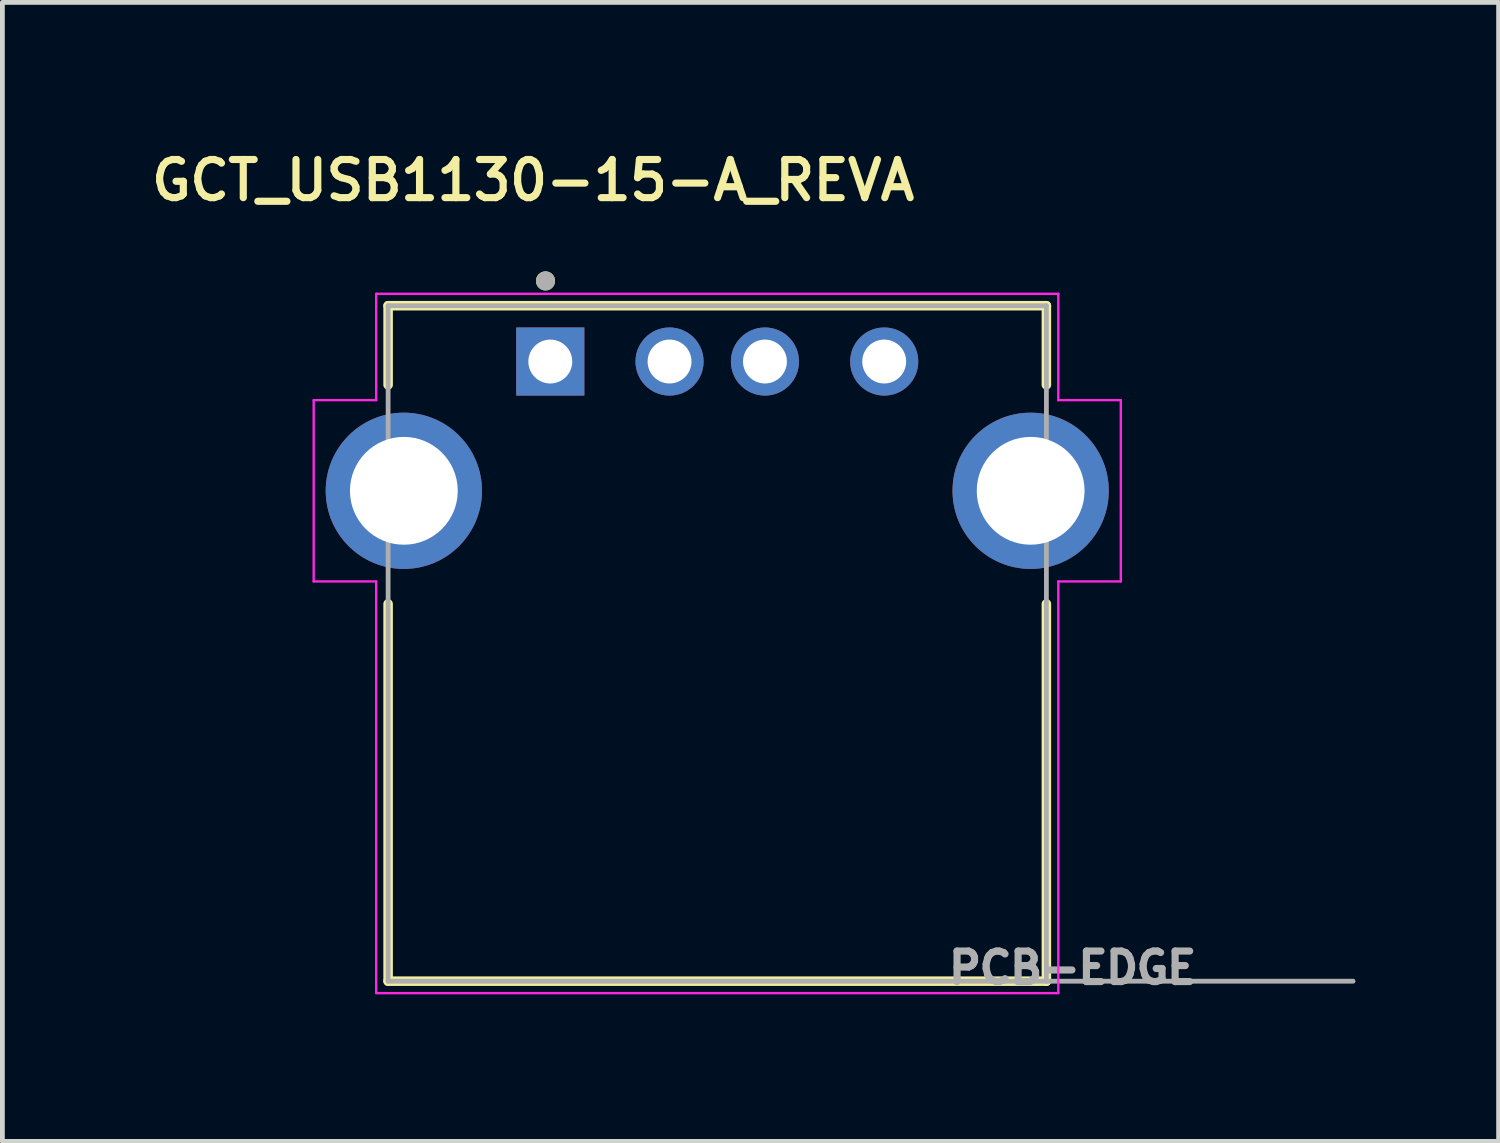
<source format=kicad_pcb>
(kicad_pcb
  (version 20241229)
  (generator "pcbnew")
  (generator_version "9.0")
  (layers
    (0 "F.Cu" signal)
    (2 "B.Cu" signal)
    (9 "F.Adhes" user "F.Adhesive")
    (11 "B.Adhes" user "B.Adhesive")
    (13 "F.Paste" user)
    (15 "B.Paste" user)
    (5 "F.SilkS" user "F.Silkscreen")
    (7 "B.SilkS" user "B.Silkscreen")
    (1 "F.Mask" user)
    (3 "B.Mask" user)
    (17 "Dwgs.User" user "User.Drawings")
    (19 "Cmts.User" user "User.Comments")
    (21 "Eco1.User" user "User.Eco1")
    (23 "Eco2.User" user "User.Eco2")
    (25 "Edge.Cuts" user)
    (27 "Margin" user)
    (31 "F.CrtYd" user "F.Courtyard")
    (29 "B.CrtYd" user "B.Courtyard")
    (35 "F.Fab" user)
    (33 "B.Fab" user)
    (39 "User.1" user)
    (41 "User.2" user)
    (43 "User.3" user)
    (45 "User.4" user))
  (footprint "GCT_USB1130-15-A_REVA"
    (layer "F.Cu")
    (at 11.986 7.239)
    (property "Reference" "GCT_USB1130-15-A_REVA" (at -3.86 -6.508 0) (layer "F.SilkS") (effects (font (size 0.8 0.8) (thickness 0.15))))
    (attr through_hole)
    (fp_line (start -6.9 -3.88) (end -6.9 -2.22) (stroke (width 0.2) (type solid)) (layer "F.SilkS"))
    (fp_line (start -6.9 2.37) (end -6.9 10.28) (stroke (width 0.2) (type solid)) (layer "F.SilkS"))
    (fp_line (start -6.9 10.28) (end 6.9 10.28) (stroke (width 0.2) (type solid)) (layer "F.SilkS"))
    (fp_line (start 6.9 -3.88) (end -6.9 -3.88) (stroke (width 0.2) (type solid)) (layer "F.SilkS"))
    (fp_line (start 6.9 -3.88) (end 6.9 -2.22) (stroke (width 0.2) (type solid)) (layer "F.SilkS"))
    (fp_line (start 6.9 2.37) (end 6.9 10.28) (stroke (width 0.2) (type solid)) (layer "F.SilkS"))
    (fp_circle (center -3.6 -4.4) (end -3.5 -4.4) (stroke (width 0.2) (type solid)) (fill no) (layer "F.SilkS"))
    (fp_line (start -8.46 -1.9) (end -7.15 -1.9) (stroke (width 0.05) (type solid)) (layer "F.CrtYd"))
    (fp_line (start -8.46 1.9) (end -8.46 -1.9) (stroke (width 0.05) (type solid)) (layer "F.CrtYd"))
    (fp_line (start -7.15 -4.13) (end 7.15 -4.13) (stroke (width 0.05) (type solid)) (layer "F.CrtYd"))
    (fp_line (start -7.15 -1.9) (end -7.15 -4.13) (stroke (width 0.05) (type solid)) (layer "F.CrtYd"))
    (fp_line (start -7.15 1.9) (end -8.46 1.9) (stroke (width 0.05) (type solid)) (layer "F.CrtYd"))
    (fp_line (start -7.15 10.53) (end -7.15 1.9) (stroke (width 0.05) (type solid)) (layer "F.CrtYd"))
    (fp_line (start 7.15 -4.13) (end 7.15 -1.9) (stroke (width 0.05) (type solid)) (layer "F.CrtYd"))
    (fp_line (start 7.15 -1.9) (end 8.46 -1.9) (stroke (width 0.05) (type solid)) (layer "F.CrtYd"))
    (fp_line (start 7.15 1.9) (end 7.15 10.53) (stroke (width 0.05) (type solid)) (layer "F.CrtYd"))
    (fp_line (start 7.15 10.53) (end -7.15 10.53) (stroke (width 0.05) (type solid)) (layer "F.CrtYd"))
    (fp_line (start 8.46 -1.9) (end 8.46 1.9) (stroke (width 0.05) (type solid)) (layer "F.CrtYd"))
    (fp_line (start 8.46 1.9) (end 7.15 1.9) (stroke (width 0.05) (type solid)) (layer "F.CrtYd"))
    (fp_line (start -6.9 -3.88) (end -6.9 10.28) (stroke (width 0.1) (type solid)) (layer "F.Fab"))
    (fp_line (start -6.9 10.28) (end 6.9 10.28) (stroke (width 0.1) (type solid)) (layer "F.Fab"))
    (fp_line (start 6.9 -3.88) (end -6.9 -3.88) (stroke (width 0.1) (type solid)) (layer "F.Fab"))
    (fp_line (start 6.9 10.28) (end 6.9 -3.88) (stroke (width 0.1) (type solid)) (layer "F.Fab"))
    (fp_line (start 6.9 10.28) (end 13.33 10.28) (stroke (width 0.1) (type solid)) (layer "F.Fab"))
    (fp_circle (center -3.6 -4.4) (end -3.5 -4.4) (stroke (width 0.2) (type solid)) (fill no) (layer "F.Fab"))
    (fp_text user "PCB-EDGE" (at 7.45 10 0) (layer "F.Fab") (effects (font (size 0.64 0.64) (thickness 0.15))))
    (pad "1" thru_hole rect (at -3.5 -2.71) (size 1.428 1.428) (drill 0.92) (layers "*.Cu" "*.Mask"))
    (pad "2" thru_hole circle (at -1 -2.71) (size 1.428 1.428) (drill 0.92) (layers "*.Cu" "*.Mask"))
    (pad "3" thru_hole circle (at 1 -2.71) (size 1.428 1.428) (drill 0.92) (layers "*.Cu" "*.Mask"))
    (pad "4" thru_hole circle (at 3.5 -2.71) (size 1.428 1.428) (drill 0.92) (layers "*.Cu" "*.Mask"))
    (pad "S1" thru_hole circle (at -6.57 0) (size 3.276 3.276) (drill 2.26) (layers "*.Cu" "*.Mask"))
    (pad "S2" thru_hole circle (at 6.57 0) (size 3.276 3.276) (drill 2.26) (layers "*.Cu" "*.Mask")))
  (gr_rect
    (start -3 -3)
    (end 28.366 20.877)
    (stroke (width 0.1) (type default))
    (fill no)
    (layer "Edge.Cuts")))
</source>
